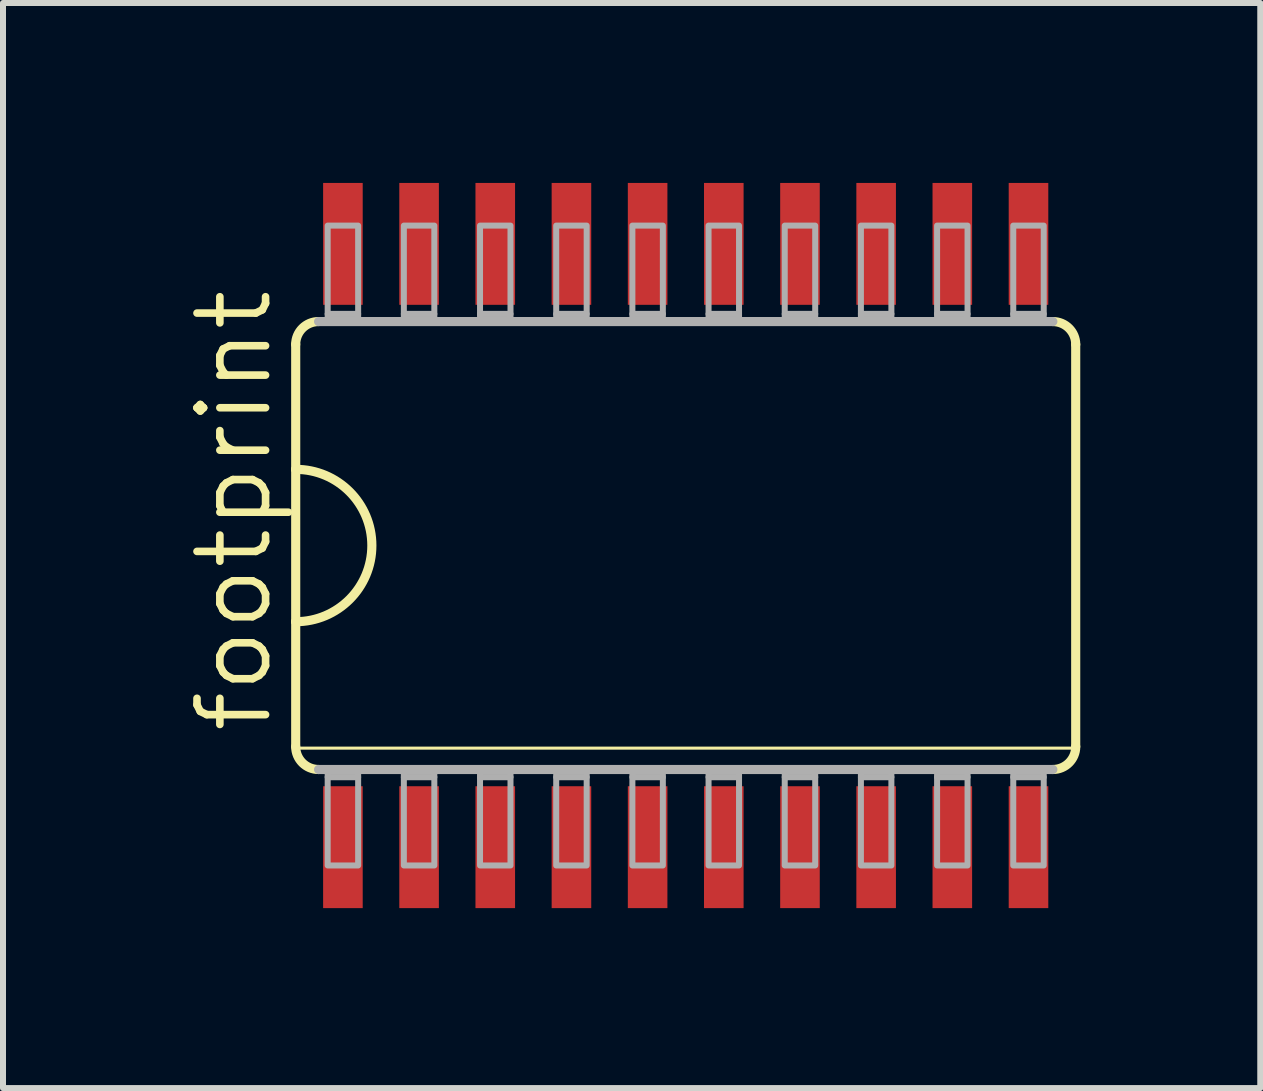
<source format=kicad_pcb>
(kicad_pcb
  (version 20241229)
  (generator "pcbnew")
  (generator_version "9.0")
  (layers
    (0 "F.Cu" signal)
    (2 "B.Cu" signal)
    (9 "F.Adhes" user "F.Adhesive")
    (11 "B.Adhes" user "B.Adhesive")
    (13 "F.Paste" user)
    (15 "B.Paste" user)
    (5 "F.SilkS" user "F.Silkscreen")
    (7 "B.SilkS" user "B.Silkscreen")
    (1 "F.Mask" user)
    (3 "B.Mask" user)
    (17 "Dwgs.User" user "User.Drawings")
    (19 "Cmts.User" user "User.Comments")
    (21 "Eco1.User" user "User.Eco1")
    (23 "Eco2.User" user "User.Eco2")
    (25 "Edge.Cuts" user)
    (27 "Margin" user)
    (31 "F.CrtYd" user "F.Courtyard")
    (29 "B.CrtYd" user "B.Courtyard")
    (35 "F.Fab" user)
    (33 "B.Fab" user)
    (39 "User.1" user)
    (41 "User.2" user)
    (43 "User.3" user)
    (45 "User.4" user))
  (footprint "footprint"
    (layer "F.Cu")
    (at 8.382 6.045)
    (property "Reference" "footprint" (at -6.858 3.175 90) (layer "F.SilkS") (effects (font (size 1.143 1.143) (thickness 0.127)) (justify left bottom)))
    (fp_line (start -6.502 -3.353) (end -6.502 -1.27) (stroke (width 0.152) (type solid)) (layer "F.SilkS"))
    (fp_line (start -6.502 -1.27) (end -6.502 1.27) (stroke (width 0.152) (type solid)) (layer "F.SilkS"))
    (fp_line (start -6.502 1.27) (end -6.502 3.353) (stroke (width 0.152) (type solid)) (layer "F.SilkS"))
    (fp_line (start -6.477 3.378) (end 6.477 3.378) (stroke (width 0.051) (type solid)) (layer "F.SilkS"))
    (fp_line (start 6.502 3.353) (end 6.502 -3.353) (stroke (width 0.152) (type solid)) (layer "F.SilkS"))
    (fp_arc (start -6.5024 -3.3528) (mid -6.390808 -3.622208) (end -6.1214 -3.7338) (stroke (width 0.1524) (type solid)) (layer "F.SilkS"))
    (fp_arc (start -6.5024 -1.27) (mid -5.2324 0) (end -6.5024 1.27) (stroke (width 0.1524) (type solid)) (layer "F.SilkS"))
    (fp_arc (start -6.1214 3.7338) (mid -6.390808 3.622208) (end -6.5024 3.3528) (stroke (width 0.1524) (type solid)) (layer "F.SilkS"))
    (fp_arc (start 6.1214 -3.7338) (mid 6.390808 -3.622208) (end 6.5024 -3.3528) (stroke (width 0.1524) (type solid)) (layer "F.SilkS"))
    (fp_arc (start 6.5024 3.3528) (mid 6.390808 3.622208) (end 6.1214 3.7338) (stroke (width 0.1524) (type solid)) (layer "F.SilkS"))
    (fp_line (start -6.121 3.734) (end 6.121 3.734) (stroke (width 0.152) (type solid)) (layer "F.Fab"))
    (fp_line (start 6.121 -3.734) (end -6.121 -3.734) (stroke (width 0.152) (type solid)) (layer "F.Fab"))
    (fp_poly (pts (xy -5.969 -3.861) (xy -5.461 -3.861) (xy -5.461 -5.334) (xy -5.969 -5.334)) (stroke (width 0.1) (type solid)) (fill no) (layer "F.Fab"))
    (fp_poly (pts (xy -5.969 -3.734) (xy -5.461 -3.734) (xy -5.461 -3.861) (xy -5.969 -3.861)) (stroke (width 0.1) (type solid)) (fill no) (layer "F.Fab"))
    (fp_poly (pts (xy -5.969 3.861) (xy -5.461 3.861) (xy -5.461 3.734) (xy -5.969 3.734)) (stroke (width 0.1) (type solid)) (fill no) (layer "F.Fab"))
    (fp_poly (pts (xy -5.969 5.334) (xy -5.461 5.334) (xy -5.461 3.861) (xy -5.969 3.861)) (stroke (width 0.1) (type solid)) (fill no) (layer "F.Fab"))
    (fp_poly (pts (xy -4.699 -3.861) (xy -4.191 -3.861) (xy -4.191 -5.334) (xy -4.699 -5.334)) (stroke (width 0.1) (type solid)) (fill no) (layer "F.Fab"))
    (fp_poly (pts (xy -4.699 -3.734) (xy -4.191 -3.734) (xy -4.191 -3.861) (xy -4.699 -3.861)) (stroke (width 0.1) (type solid)) (fill no) (layer "F.Fab"))
    (fp_poly (pts (xy -4.699 3.861) (xy -4.191 3.861) (xy -4.191 3.734) (xy -4.699 3.734)) (stroke (width 0.1) (type solid)) (fill no) (layer "F.Fab"))
    (fp_poly (pts (xy -4.699 5.334) (xy -4.191 5.334) (xy -4.191 3.861) (xy -4.699 3.861)) (stroke (width 0.1) (type solid)) (fill no) (layer "F.Fab"))
    (fp_poly (pts (xy -3.429 -3.861) (xy -2.921 -3.861) (xy -2.921 -5.334) (xy -3.429 -5.334)) (stroke (width 0.1) (type solid)) (fill no) (layer "F.Fab"))
    (fp_poly (pts (xy -3.429 -3.734) (xy -2.921 -3.734) (xy -2.921 -3.861) (xy -3.429 -3.861)) (stroke (width 0.1) (type solid)) (fill no) (layer "F.Fab"))
    (fp_poly (pts (xy -3.429 3.861) (xy -2.921 3.861) (xy -2.921 3.734) (xy -3.429 3.734)) (stroke (width 0.1) (type solid)) (fill no) (layer "F.Fab"))
    (fp_poly (pts (xy -3.429 5.334) (xy -2.921 5.334) (xy -2.921 3.861) (xy -3.429 3.861)) (stroke (width 0.1) (type solid)) (fill no) (layer "F.Fab"))
    (fp_poly (pts (xy -2.159 -3.861) (xy -1.651 -3.861) (xy -1.651 -5.334) (xy -2.159 -5.334)) (stroke (width 0.1) (type solid)) (fill no) (layer "F.Fab"))
    (fp_poly (pts (xy -2.159 -3.734) (xy -1.651 -3.734) (xy -1.651 -3.861) (xy -2.159 -3.861)) (stroke (width 0.1) (type solid)) (fill no) (layer "F.Fab"))
    (fp_poly (pts (xy -2.159 3.861) (xy -1.651 3.861) (xy -1.651 3.734) (xy -2.159 3.734)) (stroke (width 0.1) (type solid)) (fill no) (layer "F.Fab"))
    (fp_poly (pts (xy -2.159 5.334) (xy -1.651 5.334) (xy -1.651 3.861) (xy -2.159 3.861)) (stroke (width 0.1) (type solid)) (fill no) (layer "F.Fab"))
    (fp_poly (pts (xy -0.889 -3.861) (xy -0.381 -3.861) (xy -0.381 -5.334) (xy -0.889 -5.334)) (stroke (width 0.1) (type solid)) (fill no) (layer "F.Fab"))
    (fp_poly (pts (xy -0.889 -3.734) (xy -0.381 -3.734) (xy -0.381 -3.861) (xy -0.889 -3.861)) (stroke (width 0.1) (type solid)) (fill no) (layer "F.Fab"))
    (fp_poly (pts (xy -0.889 3.861) (xy -0.381 3.861) (xy -0.381 3.734) (xy -0.889 3.734)) (stroke (width 0.1) (type solid)) (fill no) (layer "F.Fab"))
    (fp_poly (pts (xy -0.889 5.334) (xy -0.381 5.334) (xy -0.381 3.861) (xy -0.889 3.861)) (stroke (width 0.1) (type solid)) (fill no) (layer "F.Fab"))
    (fp_poly (pts (xy 0.381 -3.861) (xy 0.889 -3.861) (xy 0.889 -5.334) (xy 0.381 -5.334)) (stroke (width 0.1) (type solid)) (fill no) (layer "F.Fab"))
    (fp_poly (pts (xy 0.381 -3.734) (xy 0.889 -3.734) (xy 0.889 -3.861) (xy 0.381 -3.861)) (stroke (width 0.1) (type solid)) (fill no) (layer "F.Fab"))
    (fp_poly (pts (xy 0.381 3.861) (xy 0.889 3.861) (xy 0.889 3.734) (xy 0.381 3.734)) (stroke (width 0.1) (type solid)) (fill no) (layer "F.Fab"))
    (fp_poly (pts (xy 0.381 5.334) (xy 0.889 5.334) (xy 0.889 3.861) (xy 0.381 3.861)) (stroke (width 0.1) (type solid)) (fill no) (layer "F.Fab"))
    (fp_poly (pts (xy 1.651 -3.861) (xy 2.159 -3.861) (xy 2.159 -5.334) (xy 1.651 -5.334)) (stroke (width 0.1) (type solid)) (fill no) (layer "F.Fab"))
    (fp_poly (pts (xy 1.651 -3.734) (xy 2.159 -3.734) (xy 2.159 -3.861) (xy 1.651 -3.861)) (stroke (width 0.1) (type solid)) (fill no) (layer "F.Fab"))
    (fp_poly (pts (xy 1.651 3.861) (xy 2.159 3.861) (xy 2.159 3.734) (xy 1.651 3.734)) (stroke (width 0.1) (type solid)) (fill no) (layer "F.Fab"))
    (fp_poly (pts (xy 1.651 5.334) (xy 2.159 5.334) (xy 2.159 3.861) (xy 1.651 3.861)) (stroke (width 0.1) (type solid)) (fill no) (layer "F.Fab"))
    (fp_poly (pts (xy 2.921 -3.861) (xy 3.429 -3.861) (xy 3.429 -5.334) (xy 2.921 -5.334)) (stroke (width 0.1) (type solid)) (fill no) (layer "F.Fab"))
    (fp_poly (pts (xy 2.921 -3.734) (xy 3.429 -3.734) (xy 3.429 -3.861) (xy 2.921 -3.861)) (stroke (width 0.1) (type solid)) (fill no) (layer "F.Fab"))
    (fp_poly (pts (xy 2.921 3.861) (xy 3.429 3.861) (xy 3.429 3.734) (xy 2.921 3.734)) (stroke (width 0.1) (type solid)) (fill no) (layer "F.Fab"))
    (fp_poly (pts (xy 2.921 5.334) (xy 3.429 5.334) (xy 3.429 3.861) (xy 2.921 3.861)) (stroke (width 0.1) (type solid)) (fill no) (layer "F.Fab"))
    (fp_poly (pts (xy 4.191 -3.861) (xy 4.699 -3.861) (xy 4.699 -5.334) (xy 4.191 -5.334)) (stroke (width 0.1) (type solid)) (fill no) (layer "F.Fab"))
    (fp_poly (pts (xy 4.191 -3.734) (xy 4.699 -3.734) (xy 4.699 -3.861) (xy 4.191 -3.861)) (stroke (width 0.1) (type solid)) (fill no) (layer "F.Fab"))
    (fp_poly (pts (xy 4.191 3.861) (xy 4.699 3.861) (xy 4.699 3.734) (xy 4.191 3.734)) (stroke (width 0.1) (type solid)) (fill no) (layer "F.Fab"))
    (fp_poly (pts (xy 4.191 5.334) (xy 4.699 5.334) (xy 4.699 3.861) (xy 4.191 3.861)) (stroke (width 0.1) (type solid)) (fill no) (layer "F.Fab"))
    (fp_poly (pts (xy 5.461 -3.861) (xy 5.969 -3.861) (xy 5.969 -5.334) (xy 5.461 -5.334)) (stroke (width 0.1) (type solid)) (fill no) (layer "F.Fab"))
    (fp_poly (pts (xy 5.461 -3.734) (xy 5.969 -3.734) (xy 5.969 -3.861) (xy 5.461 -3.861)) (stroke (width 0.1) (type solid)) (fill no) (layer "F.Fab"))
    (fp_poly (pts (xy 5.461 3.861) (xy 5.969 3.861) (xy 5.969 3.734) (xy 5.461 3.734)) (stroke (width 0.1) (type solid)) (fill no) (layer "F.Fab"))
    (fp_poly (pts (xy 5.461 5.334) (xy 5.969 5.334) (xy 5.969 3.861) (xy 5.461 3.861)) (stroke (width 0.1) (type solid)) (fill no) (layer "F.Fab"))
    (pad "1" smd rect (at -5.715 5.029) (size 0.66 2.032) (layers "F.Cu" "F.Mask" "F.Paste"))
    (pad "2" smd rect (at -4.445 5.029) (size 0.66 2.032) (layers "F.Cu" "F.Mask" "F.Paste"))
    (pad "3" smd rect (at -3.175 5.029) (size 0.66 2.032) (layers "F.Cu" "F.Mask" "F.Paste"))
    (pad "4" smd rect (at -1.905 5.029) (size 0.66 2.032) (layers "F.Cu" "F.Mask" "F.Paste"))
    (pad "5" smd rect (at -0.635 5.029) (size 0.66 2.032) (layers "F.Cu" "F.Mask" "F.Paste"))
    (pad "6" smd rect (at 0.635 5.029) (size 0.66 2.032) (layers "F.Cu" "F.Mask" "F.Paste"))
    (pad "7" smd rect (at 1.905 5.029) (size 0.66 2.032) (layers "F.Cu" "F.Mask" "F.Paste"))
    (pad "8" smd rect (at 3.175 5.029) (size 0.66 2.032) (layers "F.Cu" "F.Mask" "F.Paste"))
    (pad "9" smd rect (at 4.445 5.029) (size 0.66 2.032) (layers "F.Cu" "F.Mask" "F.Paste"))
    (pad "10" smd rect (at 5.715 5.029) (size 0.66 2.032) (layers "F.Cu" "F.Mask" "F.Paste"))
    (pad "11" smd rect (at 5.715 -5.029) (size 0.66 2.032) (layers "F.Cu" "F.Mask" "F.Paste"))
    (pad "12" smd rect (at 4.445 -5.029) (size 0.66 2.032) (layers "F.Cu" "F.Mask" "F.Paste"))
    (pad "13" smd rect (at 3.175 -5.029) (size 0.66 2.032) (layers "F.Cu" "F.Mask" "F.Paste"))
    (pad "14" smd rect (at 1.905 -5.029) (size 0.66 2.032) (layers "F.Cu" "F.Mask" "F.Paste"))
    (pad "15" smd rect (at 0.635 -5.029) (size 0.66 2.032) (layers "F.Cu" "F.Mask" "F.Paste"))
    (pad "16" smd rect (at -0.635 -5.029) (size 0.66 2.032) (layers "F.Cu" "F.Mask" "F.Paste"))
    (pad "17" smd rect (at -1.905 -5.029) (size 0.66 2.032) (layers "F.Cu" "F.Mask" "F.Paste"))
    (pad "18" smd rect (at -3.175 -5.029) (size 0.66 2.032) (layers "F.Cu" "F.Mask" "F.Paste"))
    (pad "19" smd rect (at -4.445 -5.029) (size 0.66 2.032) (layers "F.Cu" "F.Mask" "F.Paste"))
    (pad "20" smd rect (at -5.715 -5.029) (size 0.66 2.032) (layers "F.Cu" "F.Mask" "F.Paste")))
  (gr_rect
    (start -3 -3)
    (end 17.961 15.09)
    (stroke (width 0.1) (type default))
    (fill no)
    (layer "Edge.Cuts")))
</source>
